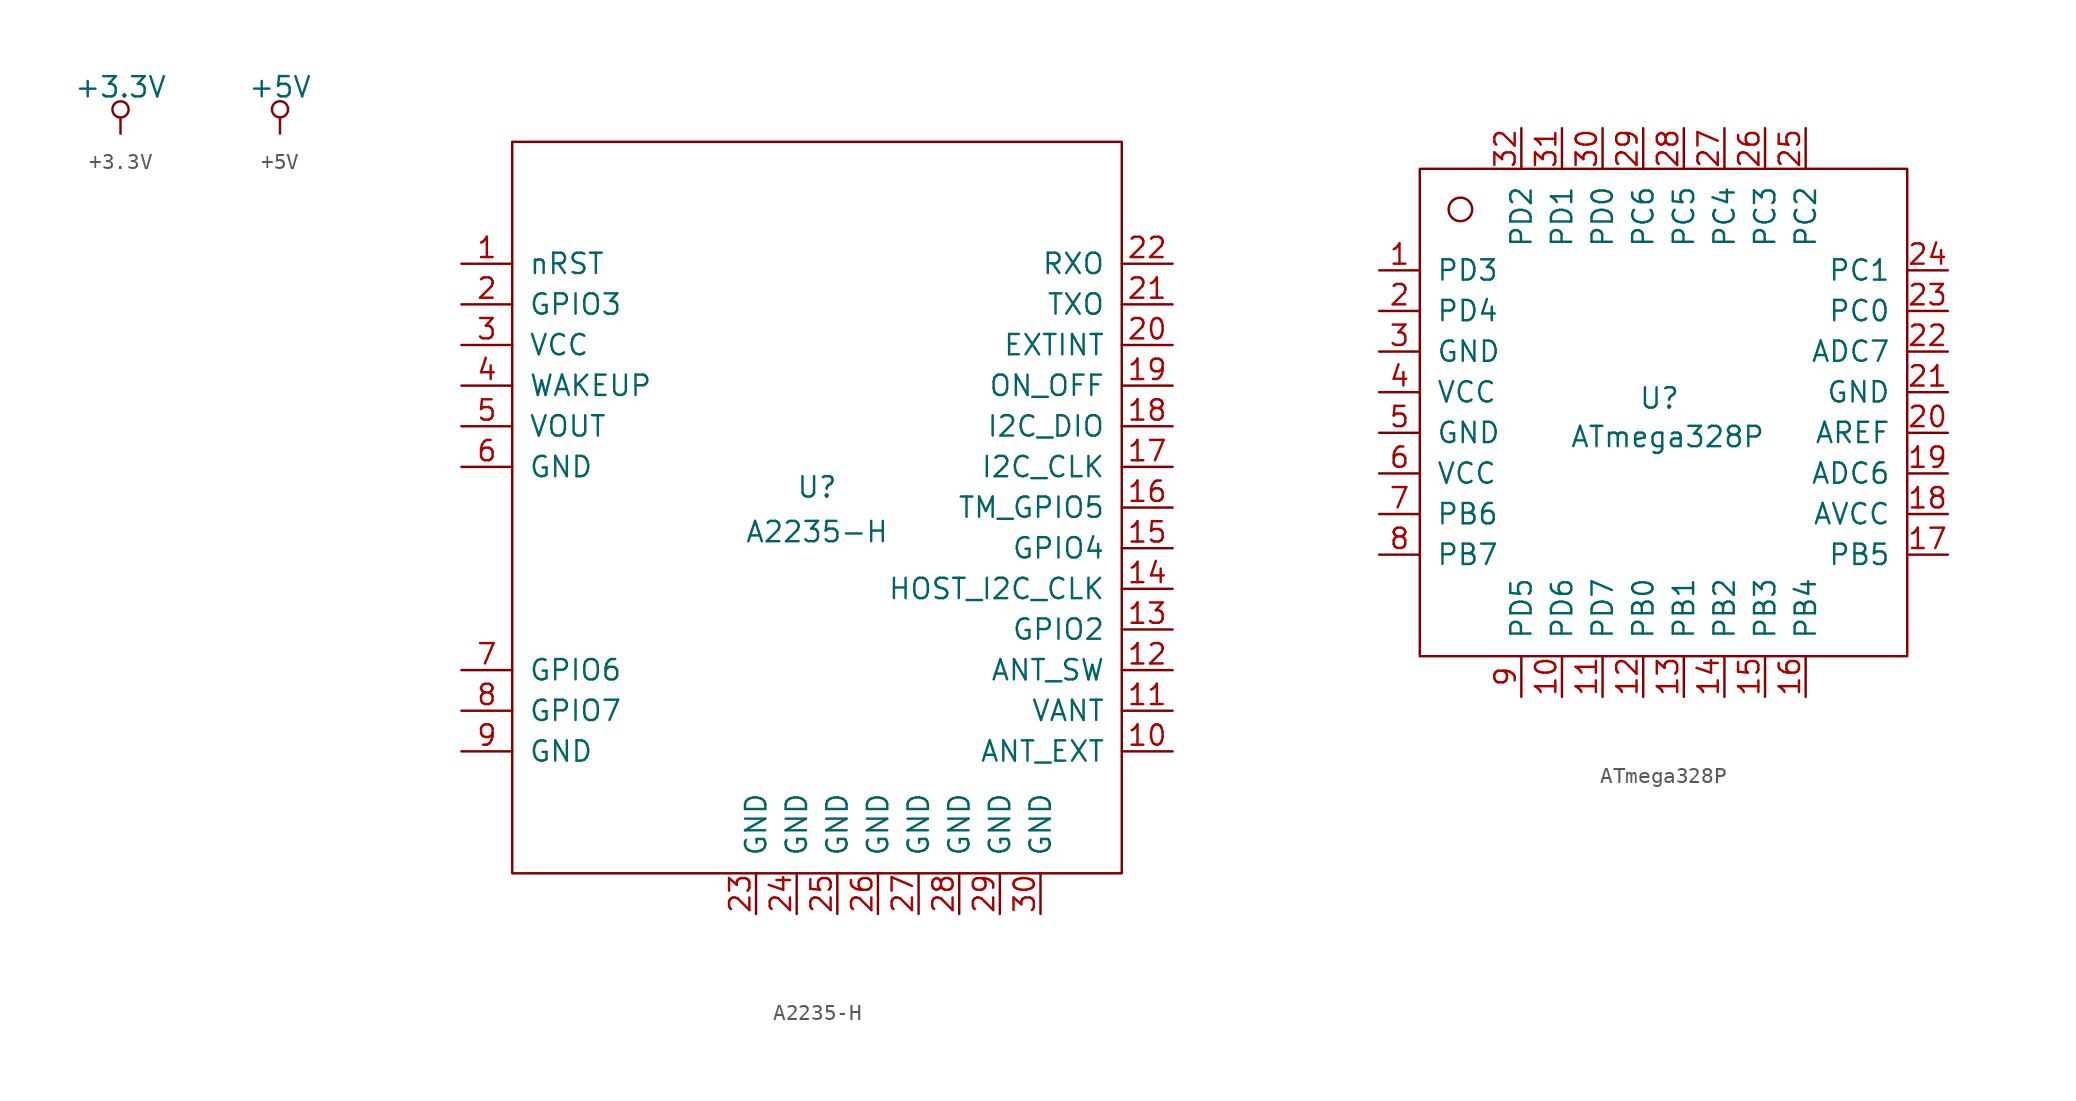
<source format=kicad_sym>
(kicad_symbol_lib
  (version 20220914)
  (generator kicad_symbol_editor)
  (symbol "+3.3V"
    (power)
    (pin_names
      (offset 0))
    (property "Reference" "#PWR"
      (at 0 -1.016 0)
      (effects (font (size 0.762 0.762)) hide))
    (property "Value" "+3.3V"
      (at 0 2.921 0)
      (effects (font (size 1.27 1.27))))
    (property "Footprint" ""
      (at 0 0 0)
      (effects (font (size 1.524 1.524))))
    (property "Datasheet" ""
      (at 0 0 0)
      (effects (font (size 1.524 1.524))))
    (symbol "+3.3V_0_0"
      (pin power_in line (at 0 0 90) (length 0) hide (name "+3.3V" (effects (font (size 0.762 0.762)))) (number "1" (effects (font (size 0.762 0.762))))))
    (symbol "+3.3V_0_1"
      (polyline (pts (xy 0 0) (xy 0 1.016) (xy 0 1.016)) (stroke (width 0) (type solid)) (fill (type none)))
      (circle (center 0 1.524) (radius 0.508) (stroke (width 0) (type solid)) (fill (type none)))))
  (symbol "+5V"
    (power)
    (pin_names
      (offset 0))
    (property "Reference" "#PWR"
      (at 0 -1.016 0)
      (effects (font (size 0.762 0.762)) hide))
    (property "Value" "+5V"
      (at 0 2.921 0)
      (effects (font (size 1.27 1.27))))
    (property "Footprint" ""
      (at 0 0 0)
      (effects (font (size 1.524 1.524))))
    (property "Datasheet" ""
      (at 0 0 0)
      (effects (font (size 1.524 1.524))))
    (symbol "+5V_0_0"
      (pin power_in line (at 0 0 90) (length 0) hide (name "+5V" (effects (font (size 0.762 0.762)))) (number "1" (effects (font (size 0.762 0.762))))))
    (symbol "+5V_0_1"
      (polyline (pts (xy 0 0) (xy 0 1.016) (xy 0 1.016)) (stroke (width 0) (type solid)) (fill (type none)))
      (circle (center 0 1.524) (radius 0.508) (stroke (width 0) (type solid)) (fill (type none)))))
  (symbol "A2235-H"
    (pin_names
      (offset 1.016))
    (property "Reference" "U"
      (at 0 1.27 0)
      (effects (font (size 1.27 1.27))))
    (property "Value" "A2235-H"
      (at 0 -1.524 0)
      (effects (font (size 1.27 1.27))))
    (symbol "A2235-H_1_0"
      (rectangle (start -19.05 -22.86) (end 19.05 22.86) (stroke (width 0) (type solid)) (fill (type none))))
    (symbol "A2235-H_1_1"
      (pin passive line (at -22.225 15.24 0) (length 3.175) (name "nRST" (effects (font (size 1.27 1.27)))) (number "1" (effects (font (size 1.27 1.27)))))
      (pin passive line (at 22.225 -15.24 180) (length 3.175) (name "ANT_EXT" (effects (font (size 1.27 1.27)))) (number "10" (effects (font (size 1.27 1.27)))))
      (pin passive line (at 22.225 -12.7 180) (length 3.175) (name "VANT" (effects (font (size 1.27 1.27)))) (number "11" (effects (font (size 1.27 1.27)))))
      (pin passive line (at 22.225 -10.16 180) (length 3.175) (name "ANT_SW" (effects (font (size 1.27 1.27)))) (number "12" (effects (font (size 1.27 1.27)))))
      (pin passive line (at 22.225 -7.62 180) (length 3.175) (name "GPIO2" (effects (font (size 1.27 1.27)))) (number "13" (effects (font (size 1.27 1.27)))))
      (pin passive line (at 22.225 -5.08 180) (length 3.175) (name "HOST_I2C_CLK" (effects (font (size 1.27 1.27)))) (number "14" (effects (font (size 1.27 1.27)))))
      (pin passive line (at 22.225 -2.54 180) (length 3.175) (name "GPIO4" (effects (font (size 1.27 1.27)))) (number "15" (effects (font (size 1.27 1.27)))))
      (pin passive line (at 22.225 0 180) (length 3.175) (name "TM_GPIO5" (effects (font (size 1.27 1.27)))) (number "16" (effects (font (size 1.27 1.27)))))
      (pin passive line (at 22.225 2.54 180) (length 3.175) (name "I2C_CLK" (effects (font (size 1.27 1.27)))) (number "17" (effects (font (size 1.27 1.27)))))
      (pin passive line (at 22.225 5.08 180) (length 3.175) (name "I2C_DIO" (effects (font (size 1.27 1.27)))) (number "18" (effects (font (size 1.27 1.27)))))
      (pin passive line (at 22.225 7.62 180) (length 3.175) (name "ON_OFF" (effects (font (size 1.27 1.27)))) (number "19" (effects (font (size 1.27 1.27)))))
      (pin passive line (at -22.225 12.7 0) (length 3.175) (name "GPIO3" (effects (font (size 1.27 1.27)))) (number "2" (effects (font (size 1.27 1.27)))))
      (pin passive line (at 22.225 10.16 180) (length 3.175) (name "EXTINT" (effects (font (size 1.27 1.27)))) (number "20" (effects (font (size 1.27 1.27)))))
      (pin passive line (at 22.225 12.7 180) (length 3.175) (name "TXO" (effects (font (size 1.27 1.27)))) (number "21" (effects (font (size 1.27 1.27)))))
      (pin passive line (at 22.225 15.24 180) (length 3.175) (name "RXO" (effects (font (size 1.27 1.27)))) (number "22" (effects (font (size 1.27 1.27)))))
      (pin passive line (at -3.81 -25.4 90) (length 2.54) (name "GND" (effects (font (size 1.27 1.27)))) (number "23" (effects (font (size 1.27 1.27)))))
      (pin passive line (at -1.27 -25.4 90) (length 2.54) (name "GND" (effects (font (size 1.27 1.27)))) (number "24" (effects (font (size 1.27 1.27)))))
      (pin passive line (at 1.27 -25.4 90) (length 2.54) (name "GND" (effects (font (size 1.27 1.27)))) (number "25" (effects (font (size 1.27 1.27)))))
      (pin passive line (at 3.81 -25.4 90) (length 2.54) (name "GND" (effects (font (size 1.27 1.27)))) (number "26" (effects (font (size 1.27 1.27)))))
      (pin passive line (at 6.35 -25.4 90) (length 2.54) (name "GND" (effects (font (size 1.27 1.27)))) (number "27" (effects (font (size 1.27 1.27)))))
      (pin passive line (at 8.89 -25.4 90) (length 2.54) (name "GND" (effects (font (size 1.27 1.27)))) (number "28" (effects (font (size 1.27 1.27)))))
      (pin passive line (at 11.43 -25.4 90) (length 2.54) (name "GND" (effects (font (size 1.27 1.27)))) (number "29" (effects (font (size 1.27 1.27)))))
      (pin passive line (at -22.225 10.16 0) (length 3.175) (name "VCC" (effects (font (size 1.27 1.27)))) (number "3" (effects (font (size 1.27 1.27)))))
      (pin passive line (at 13.97 -25.4 90) (length 2.54) (name "GND" (effects (font (size 1.27 1.27)))) (number "30" (effects (font (size 1.27 1.27)))))
      (pin passive line (at -22.225 7.62 0) (length 3.175) (name "WAKEUP" (effects (font (size 1.27 1.27)))) (number "4" (effects (font (size 1.27 1.27)))))
      (pin passive line (at -22.225 5.08 0) (length 3.175) (name "VOUT" (effects (font (size 1.27 1.27)))) (number "5" (effects (font (size 1.27 1.27)))))
      (pin passive line (at -22.225 2.54 0) (length 3.175) (name "GND" (effects (font (size 1.27 1.27)))) (number "6" (effects (font (size 1.27 1.27)))))
      (pin passive line (at -22.225 -10.16 0) (length 3.175) (name "GPIO6" (effects (font (size 1.27 1.27)))) (number "7" (effects (font (size 1.27 1.27)))))
      (pin passive line (at -22.225 -12.7 0) (length 3.175) (name "GPIO7" (effects (font (size 1.27 1.27)))) (number "8" (effects (font (size 1.27 1.27)))))
      (pin passive line (at -22.225 -15.24 0) (length 3.175) (name "GND" (effects (font (size 1.27 1.27)))) (number "9" (effects (font (size 1.27 1.27)))))))
  (symbol "ATmega328P"
    (pin_names
      (offset 1.016))
    (property "Reference" "U"
      (at -0.254 0.889 0)
      (effects (font (size 1.27 1.27))))
    (property "Value" "ATmega328P"
      (at 0.254 -1.524 0)
      (effects (font (size 1.27 1.27))))
    (symbol "ATmega328P_0_1"
      (circle (center -12.7 12.7) (radius 0.737) (stroke (width 0) (type solid)) (fill (type none))))
    (symbol "ATmega328P_1_0"
      (rectangle (start -15.24 -15.24) (end 15.24 15.24) (stroke (width 0) (type solid)) (fill (type none))))
    (symbol "ATmega328P_1_1"
      (pin passive line (at -17.78 8.89 0) (length 2.54) (name "PD3" (effects (font (size 1.27 1.27)))) (number "1" (effects (font (size 1.27 1.27)))))
      (pin passive line (at -6.35 -17.78 90) (length 2.54) (name "PD6" (effects (font (size 1.27 1.27)))) (number "10" (effects (font (size 1.27 1.27)))))
      (pin passive line (at -3.81 -17.78 90) (length 2.54) (name "PD7" (effects (font (size 1.27 1.27)))) (number "11" (effects (font (size 1.27 1.27)))))
      (pin passive line (at -1.27 -17.78 90) (length 2.54) (name "PB0" (effects (font (size 1.27 1.27)))) (number "12" (effects (font (size 1.27 1.27)))))
      (pin passive line (at 1.27 -17.78 90) (length 2.54) (name "PB1" (effects (font (size 1.27 1.27)))) (number "13" (effects (font (size 1.27 1.27)))))
      (pin passive line (at 3.81 -17.78 90) (length 2.54) (name "PB2" (effects (font (size 1.27 1.27)))) (number "14" (effects (font (size 1.27 1.27)))))
      (pin passive line (at 6.35 -17.78 90) (length 2.54) (name "PB3" (effects (font (size 1.27 1.27)))) (number "15" (effects (font (size 1.27 1.27)))))
      (pin passive line (at 8.89 -17.78 90) (length 2.54) (name "PB4" (effects (font (size 1.27 1.27)))) (number "16" (effects (font (size 1.27 1.27)))))
      (pin passive line (at 17.78 -8.89 180) (length 2.54) (name "PB5" (effects (font (size 1.27 1.27)))) (number "17" (effects (font (size 1.27 1.27)))))
      (pin passive line (at 17.78 -6.35 180) (length 2.54) (name "AVCC" (effects (font (size 1.27 1.27)))) (number "18" (effects (font (size 1.27 1.27)))))
      (pin passive line (at 17.78 -3.81 180) (length 2.54) (name "ADC6" (effects (font (size 1.27 1.27)))) (number "19" (effects (font (size 1.27 1.27)))))
      (pin passive line (at -17.78 6.35 0) (length 2.54) (name "PD4" (effects (font (size 1.27 1.27)))) (number "2" (effects (font (size 1.27 1.27)))))
      (pin passive line (at 17.78 -1.27 180) (length 2.54) (name "AREF" (effects (font (size 1.27 1.27)))) (number "20" (effects (font (size 1.27 1.27)))))
      (pin passive line (at 17.78 1.27 180) (length 2.54) (name "GND" (effects (font (size 1.27 1.27)))) (number "21" (effects (font (size 1.27 1.27)))))
      (pin passive line (at 17.78 3.81 180) (length 2.54) (name "ADC7" (effects (font (size 1.27 1.27)))) (number "22" (effects (font (size 1.27 1.27)))))
      (pin passive line (at 17.78 6.35 180) (length 2.54) (name "PC0" (effects (font (size 1.27 1.27)))) (number "23" (effects (font (size 1.27 1.27)))))
      (pin passive line (at 17.78 8.89 180) (length 2.54) (name "PC1" (effects (font (size 1.27 1.27)))) (number "24" (effects (font (size 1.27 1.27)))))
      (pin passive line (at 8.89 17.78 270) (length 2.54) (name "PC2" (effects (font (size 1.27 1.27)))) (number "25" (effects (font (size 1.27 1.27)))))
      (pin passive line (at 6.35 17.78 270) (length 2.54) (name "PC3" (effects (font (size 1.27 1.27)))) (number "26" (effects (font (size 1.27 1.27)))))
      (pin passive line (at 3.81 17.78 270) (length 2.54) (name "PC4" (effects (font (size 1.27 1.27)))) (number "27" (effects (font (size 1.27 1.27)))))
      (pin passive line (at 1.27 17.78 270) (length 2.54) (name "PC5" (effects (font (size 1.27 1.27)))) (number "28" (effects (font (size 1.27 1.27)))))
      (pin passive line (at -1.27 17.78 270) (length 2.54) (name "PC6" (effects (font (size 1.27 1.27)))) (number "29" (effects (font (size 1.27 1.27)))))
      (pin passive line (at -17.78 3.81 0) (length 2.54) (name "GND" (effects (font (size 1.27 1.27)))) (number "3" (effects (font (size 1.27 1.27)))))
      (pin passive line (at -3.81 17.78 270) (length 2.54) (name "PD0" (effects (font (size 1.27 1.27)))) (number "30" (effects (font (size 1.27 1.27)))))
      (pin passive line (at -6.35 17.78 270) (length 2.54) (name "PD1" (effects (font (size 1.27 1.27)))) (number "31" (effects (font (size 1.27 1.27)))))
      (pin passive line (at -8.89 17.78 270) (length 2.54) (name "PD2" (effects (font (size 1.27 1.27)))) (number "32" (effects (font (size 1.27 1.27)))))
      (pin passive line (at -17.78 1.27 0) (length 2.54) (name "VCC" (effects (font (size 1.27 1.27)))) (number "4" (effects (font (size 1.27 1.27)))))
      (pin passive line (at -17.78 -1.27 0) (length 2.54) (name "GND" (effects (font (size 1.27 1.27)))) (number "5" (effects (font (size 1.27 1.27)))))
      (pin passive line (at -17.78 -3.81 0) (length 2.54) (name "VCC" (effects (font (size 1.27 1.27)))) (number "6" (effects (font (size 1.27 1.27)))))
      (pin passive line (at -17.78 -6.35 0) (length 2.54) (name "PB6" (effects (font (size 1.27 1.27)))) (number "7" (effects (font (size 1.27 1.27)))))
      (pin passive line (at -17.78 -8.89 0) (length 2.54) (name "PB7" (effects (font (size 1.27 1.27)))) (number "8" (effects (font (size 1.27 1.27)))))
      (pin passive line (at -8.89 -17.78 90) (length 2.54) (name "PD5" (effects (font (size 1.27 1.27)))) (number "9" (effects (font (size 1.27 1.27))))))))
</source>
